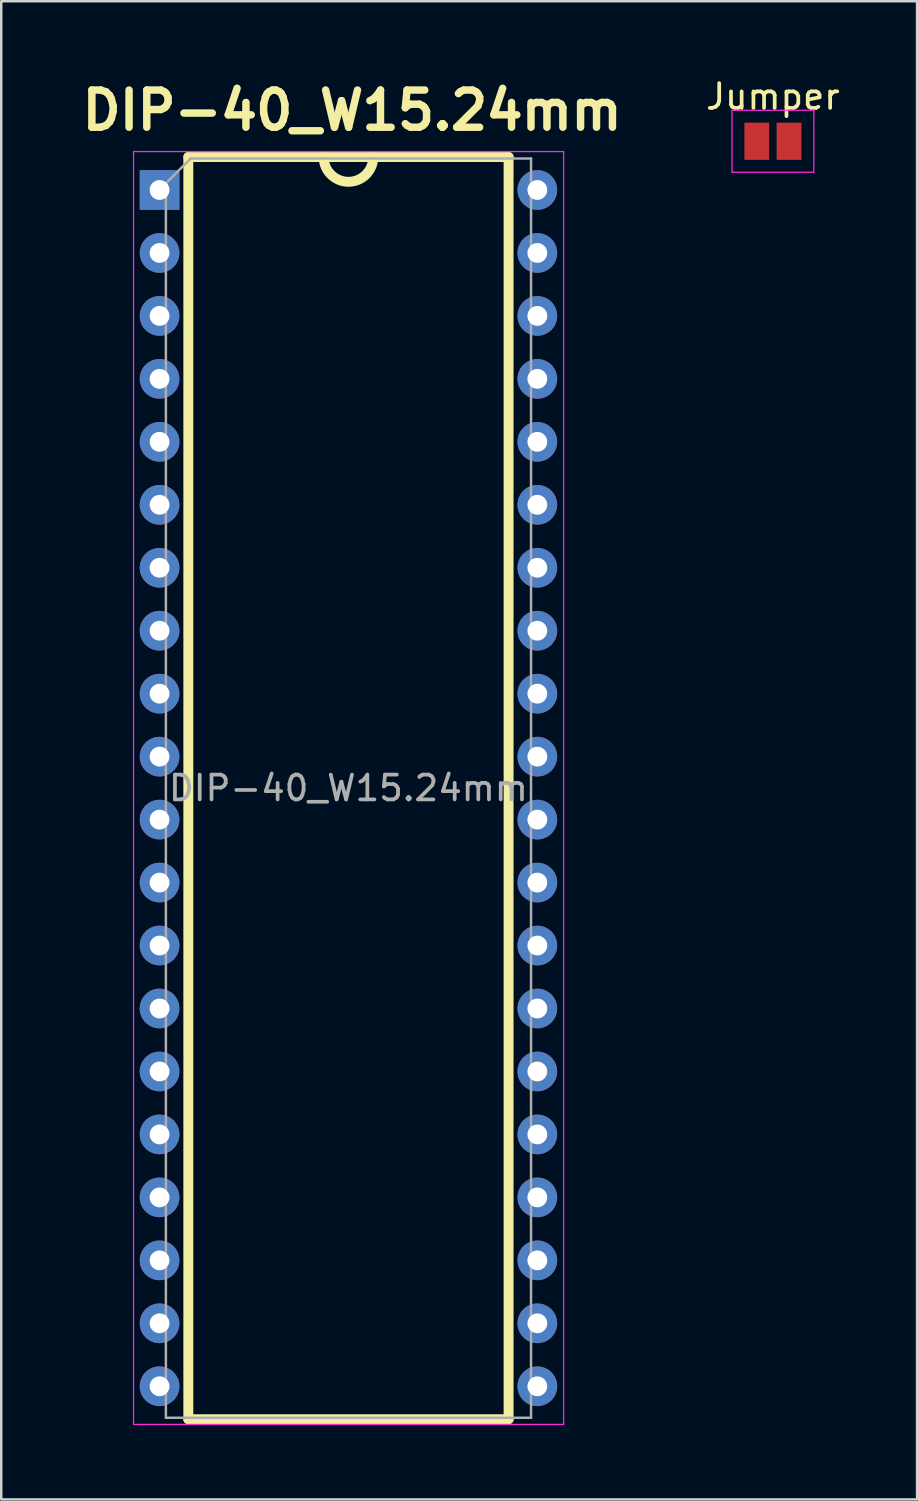
<source format=kicad_pcb>
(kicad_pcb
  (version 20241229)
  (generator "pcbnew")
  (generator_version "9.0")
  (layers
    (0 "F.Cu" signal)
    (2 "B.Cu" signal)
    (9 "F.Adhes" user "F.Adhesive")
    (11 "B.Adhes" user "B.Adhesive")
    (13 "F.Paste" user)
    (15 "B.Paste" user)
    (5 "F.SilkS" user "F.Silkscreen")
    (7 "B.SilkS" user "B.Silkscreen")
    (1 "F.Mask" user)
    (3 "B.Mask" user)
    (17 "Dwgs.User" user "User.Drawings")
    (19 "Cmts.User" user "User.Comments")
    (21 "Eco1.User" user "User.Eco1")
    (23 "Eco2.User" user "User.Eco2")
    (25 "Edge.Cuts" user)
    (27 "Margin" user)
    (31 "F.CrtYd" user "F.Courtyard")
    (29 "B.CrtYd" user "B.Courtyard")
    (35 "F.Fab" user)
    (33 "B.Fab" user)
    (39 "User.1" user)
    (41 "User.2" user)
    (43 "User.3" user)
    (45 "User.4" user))
  (footprint "Jumper"
    (layer "F.Cu")
    (at 28.13 2.648)
    (property "Reference" "Jumper" (at 0 -1.8 180) (layer "F.SilkS") (effects (font (size 1 1) (thickness 0.15))))
    (attr exclude_from_pos_files)
    (fp_line (start -1.65 -1.25) (end -1.65 1.25) (stroke (width 0.05) (type solid)) (layer "F.CrtYd"))
    (fp_line (start -1.65 -1.25) (end 1.65 -1.25) (stroke (width 0.05) (type solid)) (layer "F.CrtYd"))
    (fp_line (start 1.65 1.25) (end -1.65 1.25) (stroke (width 0.05) (type solid)) (layer "F.CrtYd"))
    (fp_line (start 1.65 1.25) (end 1.65 -1.25) (stroke (width 0.05) (type solid)) (layer "F.CrtYd"))
    (pad "1" smd rect (at -0.65 0) (size 1 1.5) (layers "F.Cu" "F.Mask"))
    (pad "2" smd rect (at 0.65 0) (size 1 1.5) (layers "F.Cu" "F.Mask")))
  (footprint "DIP-40_W15.24mm"
    (layer "F.Cu")
    (at 3.387 4.614)
    (property "Reference" "DIP-40_W15.24mm" (at 7.77 -3.21 0) (layer "F.SilkS") (effects (font (size 1.5 1.5) (thickness 0.3) (bold yes))))
    (attr through_hole)
    (fp_line (start 1.16 -1.33) (end 1.16 49.59) (stroke (width 0.4) (type solid)) (layer "F.SilkS"))
    (fp_line (start 1.16 49.59) (end 14.08 49.59) (stroke (width 0.4) (type solid)) (layer "F.SilkS"))
    (fp_line (start 6.62 -1.33) (end 1.16 -1.33) (stroke (width 0.4) (type solid)) (layer "F.SilkS"))
    (fp_line (start 6.62 -1.33) (end 8.62 -1.33) (stroke (width 0.4) (type default)) (layer "F.SilkS"))
    (fp_line (start 14.08 -1.33) (end 8.62 -1.33) (stroke (width 0.4) (type solid)) (layer "F.SilkS"))
    (fp_line (start 14.08 49.59) (end 14.08 -1.33) (stroke (width 0.4) (type solid)) (layer "F.SilkS"))
    (fp_arc (start 8.62 -1.33) (mid 7.62 -0.33) (end 6.62 -1.33) (stroke (width 0.4) (type solid)) (layer "F.SilkS"))
    (fp_line (start -1.05 -1.55) (end -1.05 49.8) (stroke (width 0.05) (type solid)) (layer "F.CrtYd"))
    (fp_line (start -1.05 49.8) (end 16.3 49.8) (stroke (width 0.05) (type solid)) (layer "F.CrtYd"))
    (fp_line (start 16.3 -1.55) (end -1.05 -1.55) (stroke (width 0.05) (type solid)) (layer "F.CrtYd"))
    (fp_line (start 16.3 49.8) (end 16.3 -1.55) (stroke (width 0.05) (type solid)) (layer "F.CrtYd"))
    (fp_line (start 0.255 -0.27) (end 1.255 -1.27) (stroke (width 0.1) (type solid)) (layer "F.Fab"))
    (fp_line (start 0.255 49.53) (end 0.255 -0.27) (stroke (width 0.1) (type solid)) (layer "F.Fab"))
    (fp_line (start 1.255 -1.27) (end 14.985 -1.27) (stroke (width 0.1) (type solid)) (layer "F.Fab"))
    (fp_line (start 14.985 -1.27) (end 14.985 49.53) (stroke (width 0.1) (type solid)) (layer "F.Fab"))
    (fp_line (start 14.985 49.53) (end 0.255 49.53) (stroke (width 0.1) (type solid)) (layer "F.Fab"))
    (fp_text user "${REFERENCE}" (at 7.62 24.13 0) (layer "F.Fab") (effects (font (size 1 1) (thickness 0.15))))
    (pad "1" thru_hole rect (at 0 0) (size 1.6 1.6) (drill 0.8) (layers "*.Cu" "*.Mask"))
    (pad "2" thru_hole oval (at 0 2.54) (size 1.6 1.6) (drill 0.8) (layers "*.Cu" "*.Mask"))
    (pad "3" thru_hole oval (at 0 5.08) (size 1.6 1.6) (drill 0.8) (layers "*.Cu" "*.Mask"))
    (pad "4" thru_hole oval (at 0 7.62) (size 1.6 1.6) (drill 0.8) (layers "*.Cu" "*.Mask"))
    (pad "5" thru_hole oval (at 0 10.16) (size 1.6 1.6) (drill 0.8) (layers "*.Cu" "*.Mask"))
    (pad "6" thru_hole oval (at 0 12.7) (size 1.6 1.6) (drill 0.8) (layers "*.Cu" "*.Mask"))
    (pad "7" thru_hole oval (at 0 15.24) (size 1.6 1.6) (drill 0.8) (layers "*.Cu" "*.Mask"))
    (pad "8" thru_hole oval (at 0 17.78) (size 1.6 1.6) (drill 0.8) (layers "*.Cu" "*.Mask"))
    (pad "9" thru_hole oval (at 0 20.32) (size 1.6 1.6) (drill 0.8) (layers "*.Cu" "*.Mask"))
    (pad "10" thru_hole oval (at 0 22.86) (size 1.6 1.6) (drill 0.8) (layers "*.Cu" "*.Mask"))
    (pad "11" thru_hole oval (at 0 25.4) (size 1.6 1.6) (drill 0.8) (layers "*.Cu" "*.Mask"))
    (pad "12" thru_hole oval (at 0 27.94) (size 1.6 1.6) (drill 0.8) (layers "*.Cu" "*.Mask"))
    (pad "13" thru_hole oval (at 0 30.48) (size 1.6 1.6) (drill 0.8) (layers "*.Cu" "*.Mask"))
    (pad "14" thru_hole oval (at 0 33.02) (size 1.6 1.6) (drill 0.8) (layers "*.Cu" "*.Mask"))
    (pad "15" thru_hole oval (at 0 35.56) (size 1.6 1.6) (drill 0.8) (layers "*.Cu" "*.Mask"))
    (pad "16" thru_hole oval (at 0 38.1) (size 1.6 1.6) (drill 0.8) (layers "*.Cu" "*.Mask"))
    (pad "17" thru_hole oval (at 0 40.64) (size 1.6 1.6) (drill 0.8) (layers "*.Cu" "*.Mask"))
    (pad "18" thru_hole oval (at 0 43.18) (size 1.6 1.6) (drill 0.8) (layers "*.Cu" "*.Mask"))
    (pad "19" thru_hole oval (at 0 45.72) (size 1.6 1.6) (drill 0.8) (layers "*.Cu" "*.Mask"))
    (pad "20" thru_hole oval (at 0 48.26) (size 1.6 1.6) (drill 0.8) (layers "*.Cu" "*.Mask"))
    (pad "21" thru_hole oval (at 15.24 48.26) (size 1.6 1.6) (drill 0.8) (layers "*.Cu" "*.Mask"))
    (pad "22" thru_hole oval (at 15.24 45.72) (size 1.6 1.6) (drill 0.8) (layers "*.Cu" "*.Mask"))
    (pad "23" thru_hole oval (at 15.24 43.18) (size 1.6 1.6) (drill 0.8) (layers "*.Cu" "*.Mask"))
    (pad "24" thru_hole oval (at 15.24 40.64) (size 1.6 1.6) (drill 0.8) (layers "*.Cu" "*.Mask"))
    (pad "25" thru_hole oval (at 15.24 38.1) (size 1.6 1.6) (drill 0.8) (layers "*.Cu" "*.Mask"))
    (pad "26" thru_hole oval (at 15.24 35.56) (size 1.6 1.6) (drill 0.8) (layers "*.Cu" "*.Mask"))
    (pad "27" thru_hole oval (at 15.24 33.02) (size 1.6 1.6) (drill 0.8) (layers "*.Cu" "*.Mask"))
    (pad "28" thru_hole oval (at 15.24 30.48) (size 1.6 1.6) (drill 0.8) (layers "*.Cu" "*.Mask"))
    (pad "29" thru_hole oval (at 15.24 27.94) (size 1.6 1.6) (drill 0.8) (layers "*.Cu" "*.Mask"))
    (pad "30" thru_hole oval (at 15.24 25.4) (size 1.6 1.6) (drill 0.8) (layers "*.Cu" "*.Mask"))
    (pad "31" thru_hole oval (at 15.24 22.86) (size 1.6 1.6) (drill 0.8) (layers "*.Cu" "*.Mask"))
    (pad "32" thru_hole oval (at 15.24 20.32) (size 1.6 1.6) (drill 0.8) (layers "*.Cu" "*.Mask"))
    (pad "33" thru_hole oval (at 15.24 17.78) (size 1.6 1.6) (drill 0.8) (layers "*.Cu" "*.Mask"))
    (pad "34" thru_hole oval (at 15.24 15.24) (size 1.6 1.6) (drill 0.8) (layers "*.Cu" "*.Mask"))
    (pad "35" thru_hole oval (at 15.24 12.7) (size 1.6 1.6) (drill 0.8) (layers "*.Cu" "*.Mask"))
    (pad "36" thru_hole oval (at 15.24 10.16) (size 1.6 1.6) (drill 0.8) (layers "*.Cu" "*.Mask"))
    (pad "37" thru_hole oval (at 15.24 7.62) (size 1.6 1.6) (drill 0.8) (layers "*.Cu" "*.Mask"))
    (pad "38" thru_hole oval (at 15.24 5.08) (size 1.6 1.6) (drill 0.8) (layers "*.Cu" "*.Mask"))
    (pad "39" thru_hole oval (at 15.24 2.54) (size 1.6 1.6) (drill 0.8) (layers "*.Cu" "*.Mask"))
    (pad "40" thru_hole oval (at 15.24 0) (size 1.6 1.6) (drill 0.8) (layers "*.Cu" "*.Mask")))
  (gr_rect
    (start -3 -3)
    (end 33.945 57.439)
    (stroke (width 0.1) (type default))
    (fill no)
    (layer "Edge.Cuts")))
</source>
